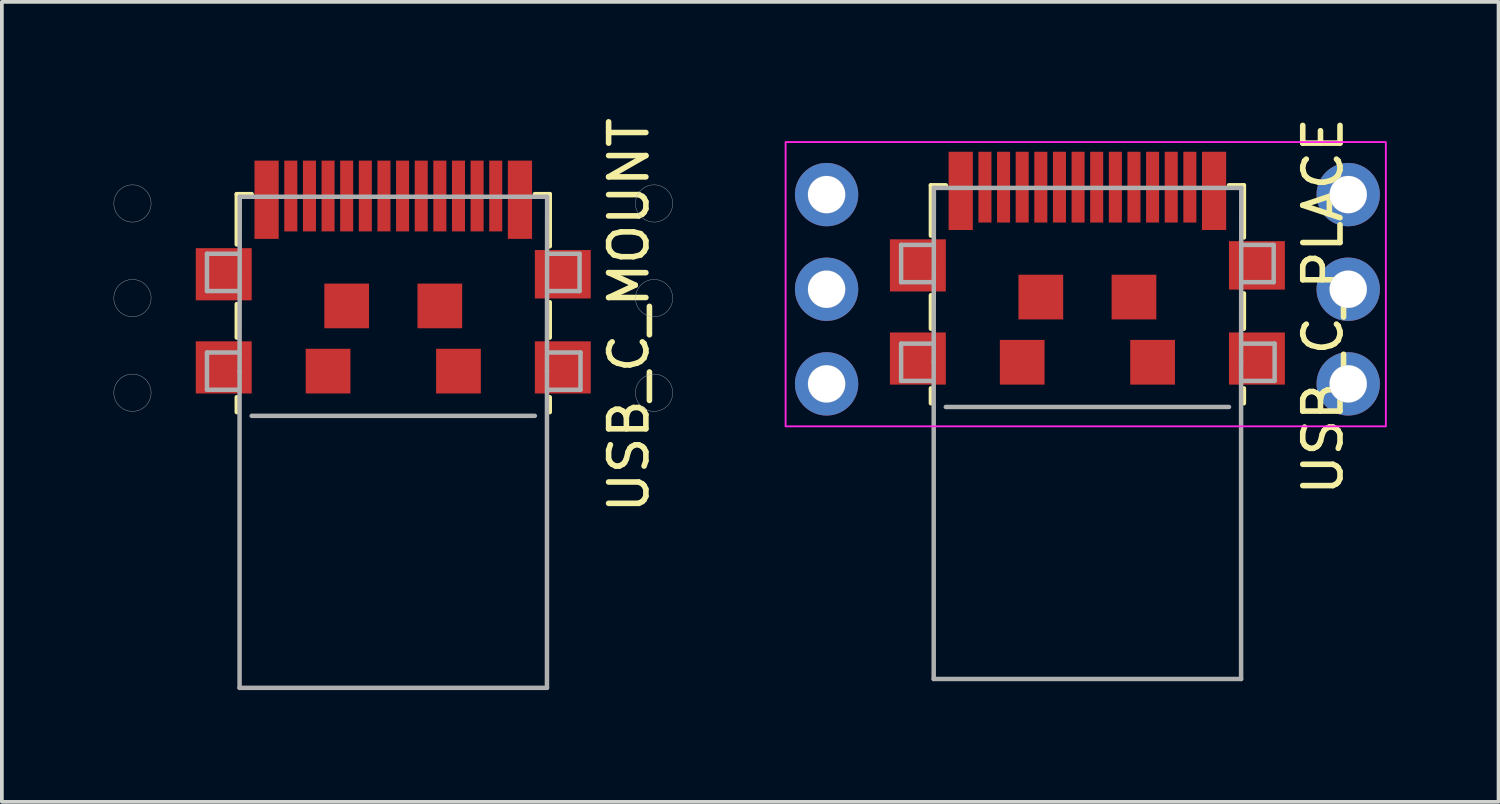
<source format=kicad_pcb>
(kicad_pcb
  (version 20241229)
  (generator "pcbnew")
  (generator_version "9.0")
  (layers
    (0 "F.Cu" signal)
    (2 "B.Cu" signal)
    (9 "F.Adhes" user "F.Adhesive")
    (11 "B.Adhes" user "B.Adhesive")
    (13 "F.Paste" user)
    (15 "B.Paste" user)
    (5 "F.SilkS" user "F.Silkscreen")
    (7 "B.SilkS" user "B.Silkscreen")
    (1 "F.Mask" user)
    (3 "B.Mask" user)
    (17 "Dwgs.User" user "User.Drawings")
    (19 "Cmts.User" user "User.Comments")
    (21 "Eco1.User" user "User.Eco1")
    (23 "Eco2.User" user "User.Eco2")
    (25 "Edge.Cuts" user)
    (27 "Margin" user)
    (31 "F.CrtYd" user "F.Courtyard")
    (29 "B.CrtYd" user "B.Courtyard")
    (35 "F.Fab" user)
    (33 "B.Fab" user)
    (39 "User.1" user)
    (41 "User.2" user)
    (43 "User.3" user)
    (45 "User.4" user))
  (footprint "USB_C_PLACE"
    (layer "F.Cu")
    (at 26.135 2.173)
    (property "Reference" "USB_C_PLACE" (at 6.325 3 90) (layer "F.SilkS") (effects (font (size 1 1) (thickness 0.15))))
    (attr smd)
    (fp_line (start -4.2 -0.25) (end -4.2 1.1) (stroke (width 0.12) (type solid)) (layer "F.SilkS"))
    (fp_line (start -4.2 2.7) (end -4.2 3.6) (stroke (width 0.12) (type solid)) (layer "F.SilkS"))
    (fp_line (start -4.2 5.2) (end -4.2 5.6) (stroke (width 0.12) (type solid)) (layer "F.SilkS"))
    (fp_line (start -3.8 -0.25) (end -4.2 -0.25) (stroke (width 0.12) (type solid)) (layer "F.SilkS"))
    (fp_line (start 4.2 -0.25) (end 3.8 -0.25) (stroke (width 0.12) (type solid)) (layer "F.SilkS"))
    (fp_line (start 4.2 1.15) (end 4.2 -0.25) (stroke (width 0.12) (type solid)) (layer "F.SilkS"))
    (fp_line (start 4.2 3.6) (end 4.2 2.65) (stroke (width 0.12) (type solid)) (layer "F.SilkS"))
    (fp_line (start 4.2 5.6) (end 4.2 5.2) (stroke (width 0.12) (type solid)) (layer "F.SilkS"))
    (fp_rect (start 8.01 -1.41) (end -8.1 6.22) (stroke (width 0.05) (type default)) (fill no) (layer "F.CrtYd"))
    (fp_line (start -5 1.35) (end -4.13 1.35) (stroke (width 0.12) (type solid)) (layer "F.Fab"))
    (fp_line (start -5 2.35) (end -5 1.35) (stroke (width 0.12) (type solid)) (layer "F.Fab"))
    (fp_line (start -5 2.35) (end -4.13 2.35) (stroke (width 0.12) (type solid)) (layer "F.Fab"))
    (fp_line (start -5 4) (end -4.13 4) (stroke (width 0.12) (type solid)) (layer "F.Fab"))
    (fp_line (start -5 5) (end -5 4) (stroke (width 0.12) (type solid)) (layer "F.Fab"))
    (fp_line (start -5 5) (end -4.13 5) (stroke (width 0.12) (type solid)) (layer "F.Fab"))
    (fp_line (start -4.125 4.5) (end -4.125 13) (stroke (width 0.12) (type solid)) (layer "F.Fab"))
    (fp_line (start -4.125 4.5) (end -4.12 -0.18) (stroke (width 0.12) (type solid)) (layer "F.Fab"))
    (fp_line (start -4.125 13) (end 4.125 13) (stroke (width 0.12) (type solid)) (layer "F.Fab"))
    (fp_line (start -4.12 -0.18) (end 4.13 -0.18) (stroke (width 0.12) (type solid)) (layer "F.Fab"))
    (fp_line (start 3.8 5.7) (end -3.8 5.7) (stroke (width 0.12) (type solid)) (layer "F.Fab"))
    (fp_line (start 4.125 13) (end 4.125 4.5) (stroke (width 0.12) (type solid)) (layer "F.Fab"))
    (fp_line (start 4.13 -0.18) (end 4.125 4.5) (stroke (width 0.12) (type solid)) (layer "F.Fab"))
    (fp_line (start 5 1.35) (end 4.13 1.35) (stroke (width 0.12) (type solid)) (layer "F.Fab"))
    (fp_line (start 5 2.35) (end 4.13 2.35) (stroke (width 0.12) (type solid)) (layer "F.Fab"))
    (fp_line (start 5 2.35) (end 5 1.35) (stroke (width 0.12) (type solid)) (layer "F.Fab"))
    (fp_line (start 5.025 4) (end 4.155 4) (stroke (width 0.12) (type solid)) (layer "F.Fab"))
    (fp_line (start 5.025 5) (end 4.155 5) (stroke (width 0.12) (type solid)) (layer "F.Fab"))
    (fp_line (start 5.025 5) (end 5.025 4) (stroke (width 0.12) (type solid)) (layer "F.Fab"))
    (fp_circle (center -7 0) (end -6.5 0) (stroke (width 0.01) (type default)) (fill no) (layer "F.Fab"))
    (fp_circle (center -7 2.54) (end -6.5 2.54) (stroke (width 0.01) (type default)) (fill no) (layer "F.Fab"))
    (fp_circle (center -7 5.08) (end -6.5 5.08) (stroke (width 0.01) (type default)) (fill no) (layer "F.Fab"))
    (fp_circle (center 7 0) (end 7.5 0) (stroke (width 0.01) (type default)) (fill no) (layer "F.Fab"))
    (fp_circle (center 7 2.54) (end 7.5 2.54) (stroke (width 0.01) (type default)) (fill no) (layer "F.Fab"))
    (fp_circle (center 7 5.08) (end 7.5 5.08) (stroke (width 0.01) (type default)) (fill no) (layer "F.Fab"))
    (pad "1" thru_hole circle (at -7 0) (size 1.7 1.7) (drill 1) (layers "*.Cu" "*.Mask"))
    (pad "2" thru_hole circle (at -7 2.54) (size 1.7 1.7) (drill 1) (layers "*.Cu" "*.Mask"))
    (pad "3" thru_hole circle (at -7 5.08) (size 1.7 1.7) (drill 1) (layers "*.Cu" "*.Mask"))
    (pad "4" thru_hole circle (at 7 0) (size 1.7 1.7) (drill 1) (layers "*.Cu" "*.Mask"))
    (pad "5" thru_hole circle (at 7 2.54) (size 1.7 1.7) (drill 1) (layers "*.Cu" "*.Mask"))
    (pad "6" thru_hole circle (at 7 5.08) (size 1.7 1.7) (drill 1) (layers "*.Cu" "*.Mask"))
    (pad "A1" smd rect (at 2.75 -0.2) (size 0.35 1.9) (layers "F.Cu" "F.Mask" "F.Paste"))
    (pad "A4" smd rect (at 1.25 -0.2) (size 0.35 1.9) (layers "F.Cu" "F.Mask" "F.Paste"))
    (pad "A5" smd rect (at 0.75 -0.2) (size 0.35 1.9) (layers "F.Cu" "F.Mask" "F.Paste"))
    (pad "A6" smd rect (at 0.25 -0.2) (size 0.35 1.9) (layers "F.Cu" "F.Mask" "F.Paste"))
    (pad "A7" smd rect (at -0.25 -0.2) (size 0.35 1.9) (layers "F.Cu" "F.Mask" "F.Paste"))
    (pad "A10" smd rect (at -1.75 -0.2) (size 0.35 1.9) (layers "F.Cu" "F.Mask" "F.Paste"))
    (pad "A11" smd rect (at -2.25 -0.2) (size 0.35 1.9) (layers "F.Cu" "F.Mask" "F.Paste"))
    (pad "B2" smd rect (at -2.75 -0.2) (size 0.35 1.9) (layers "F.Cu" "F.Mask" "F.Paste"))
    (pad "B3" smd rect (at -1.25 -0.2) (size 0.35 1.9) (layers "F.Cu" "F.Mask" "F.Paste"))
    (pad "B5" smd rect (at -0.75 -0.2) (size 0.35 1.9) (layers "F.Cu" "F.Mask" "F.Paste"))
    (pad "B9" smd rect (at 1.75 -0.2) (size 0.35 1.9) (layers "F.Cu" "F.Mask" "F.Paste"))
    (pad "B12" smd rect (at 2.25 -0.2) (size 0.35 1.9) (layers "F.Cu" "F.Mask" "F.Paste"))
    (pad "S1" smd rect (at -4.55 1.9) (size 1.5 1.4) (layers "F.Cu" "F.Mask" "F.Paste"))
    (pad "S1" smd rect (at -4.55 4.4) (size 1.5 1.4) (layers "F.Cu" "F.Mask" "F.Paste"))
    (pad "S1" smd rect (at -3.4 -0.1) (size 0.65 2.1) (layers "F.Cu" "F.Mask" "F.Paste"))
    (pad "S1" smd rect (at -1.75 4.5) (size 1.2 1.2) (layers "F.Cu" "F.Mask" "F.Paste"))
    (pad "S1" smd rect (at -1.25 2.75) (size 1.2 1.2) (layers "F.Cu" "F.Mask" "F.Paste"))
    (pad "S1" smd rect (at 1.25 2.75) (size 1.2 1.2) (layers "F.Cu" "F.Mask" "F.Paste"))
    (pad "S1" smd rect (at 1.75 4.5) (size 1.2 1.2) (layers "F.Cu" "F.Mask" "F.Paste"))
    (pad "S1" smd rect (at 3.4 -0.1) (size 0.65 2.1) (layers "F.Cu" "F.Mask" "F.Paste"))
    (pad "S1" smd rect (at 4.55 1.9) (size 1.5 1.3) (layers "F.Cu" "F.Mask" "F.Paste"))
    (pad "S1" smd rect (at 4.55 4.4) (size 1.5 1.4) (layers "F.Cu" "F.Mask" "F.Paste")))
  (footprint "USB_C_MOUNT"
    (layer "F.Cu")
    (at 7.505 2.411)
    (property "Reference" "USB_C_MOUNT" (at 6.325 3 90) (layer "F.SilkS") (effects (font (size 1 1) (thickness 0.15))))
    (attr smd)
    (fp_line (start -4.2 -0.25) (end -4.2 1.1) (stroke (width 0.12) (type solid)) (layer "F.SilkS"))
    (fp_line (start -4.2 2.7) (end -4.2 3.6) (stroke (width 0.12) (type solid)) (layer "F.SilkS"))
    (fp_line (start -4.2 5.2) (end -4.2 5.6) (stroke (width 0.12) (type solid)) (layer "F.SilkS"))
    (fp_line (start -3.8 -0.25) (end -4.2 -0.25) (stroke (width 0.12) (type solid)) (layer "F.SilkS"))
    (fp_line (start 4.2 -0.25) (end 3.8 -0.25) (stroke (width 0.12) (type solid)) (layer "F.SilkS"))
    (fp_line (start 4.2 1.15) (end 4.2 -0.25) (stroke (width 0.12) (type solid)) (layer "F.SilkS"))
    (fp_line (start 4.2 3.6) (end 4.2 2.65) (stroke (width 0.12) (type solid)) (layer "F.SilkS"))
    (fp_line (start 4.2 5.6) (end 4.2 5.2) (stroke (width 0.12) (type solid)) (layer "F.SilkS"))
    (fp_line (start -5 1.35) (end -4.13 1.35) (stroke (width 0.12) (type solid)) (layer "F.Fab"))
    (fp_line (start -5 2.35) (end -5 1.35) (stroke (width 0.12) (type solid)) (layer "F.Fab"))
    (fp_line (start -5 2.35) (end -4.13 2.35) (stroke (width 0.12) (type solid)) (layer "F.Fab"))
    (fp_line (start -5 4) (end -4.13 4) (stroke (width 0.12) (type solid)) (layer "F.Fab"))
    (fp_line (start -5 5) (end -5 4) (stroke (width 0.12) (type solid)) (layer "F.Fab"))
    (fp_line (start -5 5) (end -4.13 5) (stroke (width 0.12) (type solid)) (layer "F.Fab"))
    (fp_line (start -4.125 4.5) (end -4.125 13) (stroke (width 0.12) (type solid)) (layer "F.Fab"))
    (fp_line (start -4.125 4.5) (end -4.12 -0.18) (stroke (width 0.12) (type solid)) (layer "F.Fab"))
    (fp_line (start -4.125 13) (end 4.125 13) (stroke (width 0.12) (type solid)) (layer "F.Fab"))
    (fp_line (start -4.12 -0.18) (end 4.13 -0.18) (stroke (width 0.12) (type solid)) (layer "F.Fab"))
    (fp_line (start 3.8 5.7) (end -3.8 5.7) (stroke (width 0.12) (type solid)) (layer "F.Fab"))
    (fp_line (start 4.125 13) (end 4.125 4.5) (stroke (width 0.12) (type solid)) (layer "F.Fab"))
    (fp_line (start 4.13 -0.18) (end 4.125 4.5) (stroke (width 0.12) (type solid)) (layer "F.Fab"))
    (fp_line (start 5 1.35) (end 4.13 1.35) (stroke (width 0.12) (type solid)) (layer "F.Fab"))
    (fp_line (start 5 2.35) (end 4.13 2.35) (stroke (width 0.12) (type solid)) (layer "F.Fab"))
    (fp_line (start 5 2.35) (end 5 1.35) (stroke (width 0.12) (type solid)) (layer "F.Fab"))
    (fp_line (start 5.025 4) (end 4.155 4) (stroke (width 0.12) (type solid)) (layer "F.Fab"))
    (fp_line (start 5.025 5) (end 4.155 5) (stroke (width 0.12) (type solid)) (layer "F.Fab"))
    (fp_line (start 5.025 5) (end 5.025 4) (stroke (width 0.12) (type solid)) (layer "F.Fab"))
    (fp_circle (center -7 0) (end -6.5 0) (stroke (width 0.01) (type default)) (fill no) (layer "F.Fab"))
    (fp_circle (center -7 2.54) (end -6.5 2.54) (stroke (width 0.01) (type default)) (fill no) (layer "F.Fab"))
    (fp_circle (center -7 5.08) (end -6.5 5.08) (stroke (width 0.01) (type default)) (fill no) (layer "F.Fab"))
    (fp_circle (center 7 0) (end 7.5 0) (stroke (width 0.01) (type default)) (fill no) (layer "F.Fab"))
    (fp_circle (center 7 2.54) (end 7.5 2.54) (stroke (width 0.01) (type default)) (fill no) (layer "F.Fab"))
    (fp_circle (center 7 5.08) (end 7.5 5.08) (stroke (width 0.01) (type default)) (fill no) (layer "F.Fab"))
    (pad "A1" smd rect (at 2.75 -0.2) (size 0.35 1.9) (layers "F.Cu" "F.Mask" "F.Paste"))
    (pad "A4" smd rect (at 1.25 -0.2) (size 0.35 1.9) (layers "F.Cu" "F.Mask" "F.Paste"))
    (pad "A5" smd rect (at 0.75 -0.2) (size 0.35 1.9) (layers "F.Cu" "F.Mask" "F.Paste"))
    (pad "A6" smd rect (at 0.25 -0.2) (size 0.35 1.9) (layers "F.Cu" "F.Mask" "F.Paste"))
    (pad "A7" smd rect (at -0.25 -0.2) (size 0.35 1.9) (layers "F.Cu" "F.Mask" "F.Paste"))
    (pad "A10" smd rect (at -1.75 -0.2) (size 0.35 1.9) (layers "F.Cu" "F.Mask" "F.Paste"))
    (pad "A11" smd rect (at -2.25 -0.2) (size 0.35 1.9) (layers "F.Cu" "F.Mask" "F.Paste"))
    (pad "B2" smd rect (at -2.75 -0.2) (size 0.35 1.9) (layers "F.Cu" "F.Mask" "F.Paste"))
    (pad "B3" smd rect (at -1.25 -0.2) (size 0.35 1.9) (layers "F.Cu" "F.Mask" "F.Paste"))
    (pad "B5" smd rect (at -0.75 -0.2) (size 0.35 1.9) (layers "F.Cu" "F.Mask" "F.Paste"))
    (pad "B9" smd rect (at 1.75 -0.2) (size 0.35 1.9) (layers "F.Cu" "F.Mask" "F.Paste"))
    (pad "B12" smd rect (at 2.25 -0.2) (size 0.35 1.9) (layers "F.Cu" "F.Mask" "F.Paste"))
    (pad "S1" smd rect (at -4.55 1.9) (size 1.5 1.4) (layers "F.Cu" "F.Mask" "F.Paste"))
    (pad "S1" smd rect (at -4.55 4.4) (size 1.5 1.4) (layers "F.Cu" "F.Mask" "F.Paste"))
    (pad "S1" smd rect (at -3.4 -0.1) (size 0.65 2.1) (layers "F.Cu" "F.Mask" "F.Paste"))
    (pad "S1" smd rect (at -1.75 4.5) (size 1.2 1.2) (layers "F.Cu" "F.Mask" "F.Paste"))
    (pad "S1" smd rect (at -1.25 2.75) (size 1.2 1.2) (layers "F.Cu" "F.Mask" "F.Paste"))
    (pad "S1" smd rect (at 1.25 2.75) (size 1.2 1.2) (layers "F.Cu" "F.Mask" "F.Paste"))
    (pad "S1" smd rect (at 1.75 4.5) (size 1.2 1.2) (layers "F.Cu" "F.Mask" "F.Paste"))
    (pad "S1" smd rect (at 3.4 -0.1) (size 0.65 2.1) (layers "F.Cu" "F.Mask" "F.Paste"))
    (pad "S1" smd rect (at 4.55 1.9) (size 1.5 1.3) (layers "F.Cu" "F.Mask" "F.Paste"))
    (pad "S1" smd rect (at 4.55 4.4) (size 1.5 1.4) (layers "F.Cu" "F.Mask" "F.Paste")))
  (gr_rect
    (start -3 -3)
    (end 37.17 18.471)
    (stroke (width 0.1) (type default))
    (fill no)
    (layer "Edge.Cuts")))
</source>
